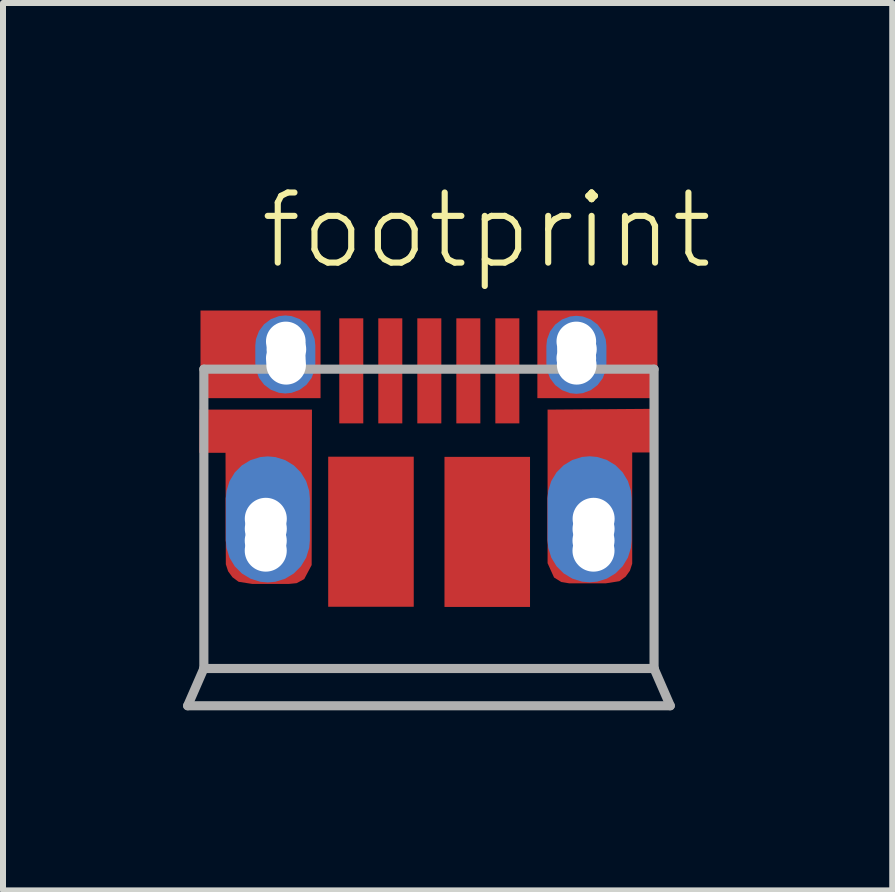
<source format=kicad_pcb>
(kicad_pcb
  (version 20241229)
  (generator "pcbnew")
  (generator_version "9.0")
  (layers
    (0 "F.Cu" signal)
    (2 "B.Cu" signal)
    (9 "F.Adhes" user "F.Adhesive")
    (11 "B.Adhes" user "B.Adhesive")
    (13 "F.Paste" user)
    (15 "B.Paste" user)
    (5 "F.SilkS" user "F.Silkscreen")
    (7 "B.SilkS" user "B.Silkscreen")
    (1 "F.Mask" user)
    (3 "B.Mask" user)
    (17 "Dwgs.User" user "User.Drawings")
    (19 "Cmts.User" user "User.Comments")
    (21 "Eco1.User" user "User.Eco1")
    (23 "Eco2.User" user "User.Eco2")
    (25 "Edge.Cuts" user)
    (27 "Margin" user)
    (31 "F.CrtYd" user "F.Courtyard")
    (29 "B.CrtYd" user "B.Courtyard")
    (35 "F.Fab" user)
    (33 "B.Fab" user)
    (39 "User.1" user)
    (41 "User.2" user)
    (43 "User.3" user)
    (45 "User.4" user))
  (footprint "footprint"
    (layer "F.Cu")
    (at 4.096 3.113)
    (property "Reference" "footprint" (at -2.864 -1.64 0) (layer "F.SilkS") (effects (font (size 1.168 1.168) (thickness 0.102)) (justify left bottom)))
    (fp_poly (pts (xy -1.954 3.25) (xy -2.078 3.484) (xy -2.204 3.552) (xy -2.337 3.565) (xy -2.942 3.565) (xy -3.171 3.529) (xy -3.273 3.454) (xy -3.346 3.354) (xy -3.384 3.237) (xy -3.389 1.38) (xy -3.826 1.38) (xy -3.821 0.66) (xy -1.949 0.66)) (stroke (width 0) (type solid)) (fill yes) (layer "F.Cu"))
    (fp_poly (pts (xy 3.815 1.375) (xy 3.386 1.375) (xy 3.386 3.227) (xy 3.348 3.344) (xy 3.276 3.444) (xy 3.173 3.519) (xy 2.944 3.555) (xy 2.338 3.555) (xy 2.205 3.533) (xy 2.084 3.458) (xy 1.976 3.219) (xy 1.976 0.661) (xy 3.815 0.647)) (stroke (width 0) (type solid)) (fill yes) (layer "F.Cu"))
    (fp_poly (pts (xy 3.868 1.492) (xy 3.487 1.492) (xy 3.487 3.209) (xy 3.471 3.342) (xy 3.411 3.468) (xy 3.313 3.573) (xy 3.065 3.663) (xy 2.291 3.663) (xy 2.165 3.647) (xy 2.046 3.592) (xy 1.947 3.499) (xy 1.862 3.265) (xy 1.862 0.589) (xy 3.868 0.589)) (stroke (width 0) (type solid)) (fill yes) (layer "F.Mask"))
    (fp_poly (pts (xy -1.859 3.132) (xy -1.872 3.237) (xy -1.887 3.36) (xy -1.943 3.479) (xy -2.036 3.578) (xy -2.269 3.663) (xy -3.018 3.663) (xy -3.152 3.646) (xy -3.278 3.587) (xy -3.382 3.489) (xy -3.472 3.24) (xy -3.467 1.515) (xy -3.912 1.515) (xy -3.904 0.589) (xy -1.859 0.589)) (stroke (width 0) (type solid)) (fill yes) (layer "F.Mask"))
    (fp_poly (pts (xy -1.149 0.857) (xy -1.449 0.857) (xy -1.449 -0.823) (xy -1.149 -0.823)) (stroke (width 0) (type solid)) (fill yes) (layer "F.Paste"))
    (fp_poly (pts (xy -0.509 0.857) (xy -0.809 0.857) (xy -0.809 -0.823) (xy -0.509 -0.823)) (stroke (width 0) (type solid)) (fill yes) (layer "F.Paste"))
    (fp_poly (pts (xy 0.141 0.847) (xy -0.159 0.847) (xy -0.159 -0.833) (xy 0.141 -0.833)) (stroke (width 0) (type solid)) (fill yes) (layer "F.Paste"))
    (fp_poly (pts (xy 0.801 0.847) (xy 0.501 0.847) (xy 0.501 -0.833) (xy 0.801 -0.833)) (stroke (width 0) (type solid)) (fill yes) (layer "F.Paste"))
    (fp_poly (pts (xy 1.451 0.857) (xy 1.151 0.857) (xy 1.151 -0.823) (xy 1.451 -0.823)) (stroke (width 0) (type solid)) (fill yes) (layer "F.Paste"))
    (fp_poly (pts (xy 3.83 1.414) (xy 3.398 1.414) (xy 3.385 3.236) (xy 3.291 3.463) (xy 3.182 3.536) (xy 3.058 3.561) (xy 2.315 3.561) (xy 2.111 3.495) (xy 2.031 3.414) (xy 1.981 3.315) (xy 1.964 3.207) (xy 1.964 0.64) (xy 3.83 0.64)) (stroke (width 0) (type solid)) (fill yes) (layer "F.Paste"))
    (fp_poly (pts (xy -1.949 3.233) (xy -1.966 3.341) (xy -2.016 3.44) (xy -2.096 3.52) (xy -2.3 3.586) (xy -3.068 3.586) (xy -3.192 3.561) (xy -3.302 3.488) (xy -3.396 3.261) (xy -3.396 1.433) (xy -3.411 1.402) (xy -3.84 1.402) (xy -3.84 0.64) (xy -1.949 0.64)) (stroke (width 0) (type solid)) (fill yes) (layer "F.Paste"))
    (fp_line (start -4.02 5.594) (end -3.75 4.974) (stroke (width 0.152) (type solid)) (layer "F.Fab"))
    (fp_line (start -3.75 -0.013) (end -3.75 4.974) (stroke (width 0.152) (type solid)) (layer "F.Fab"))
    (fp_line (start -3.75 4.974) (end 3.75 4.974) (stroke (width 0.152) (type solid)) (layer "F.Fab"))
    (fp_line (start 3.75 -0.013) (end -3.75 -0.013) (stroke (width 0.152) (type solid)) (layer "F.Fab"))
    (fp_line (start 3.75 4.974) (end 3.75 -0.013) (stroke (width 0.152) (type solid)) (layer "F.Fab"))
    (fp_line (start 4.02 5.594) (end -4.02 5.594) (stroke (width 0.152) (type solid)) (layer "F.Fab"))
    (fp_line (start 4.02 5.594) (end 3.75 4.974) (stroke (width 0.152) (type solid)) (layer "F.Fab"))
    (pad "" np_thru_hole circle (at -2.719 2.845) (size 0.7 0.7) (drill 0.7) (layers "*.Cu" "*.Mask"))
    (pad "" np_thru_hole circle (at -2.719 3.01) (size 0.7 0.7) (drill 0.7) (layers "*.Cu" "*.Mask"))
    (pad "" np_thru_hole circle (at -2.718 2.48) (size 0.7 0.7) (drill 0.7) (layers "*.Cu" "*.Mask"))
    (pad "" np_thru_hole circle (at -2.718 2.646) (size 0.7 0.7) (drill 0.7) (layers "*.Cu" "*.Mask"))
    (pad "" np_thru_hole circle (at -2.385 -0.475) (size 0.66 0.66) (drill 0.66) (layers "*.Cu" "*.Mask"))
    (pad "" np_thru_hole circle (at -2.385 -0.195) (size 0.66 0.66) (drill 0.66) (layers "*.Cu" "*.Mask"))
    (pad "" np_thru_hole circle (at -2.379 -0.086) (size 0.66 0.66) (drill 0.66) (layers "*.Cu" "*.Mask"))
    (pad "" np_thru_hole circle (at -2.375 -0.345) (size 0.66 0.66) (drill 0.66) (layers "*.Cu" "*.Mask"))
    (pad "" np_thru_hole circle (at 2.455 -0.475) (size 0.66 0.66) (drill 0.66) (layers "*.Cu" "*.Mask"))
    (pad "" np_thru_hole circle (at 2.455 -0.195) (size 0.66 0.66) (drill 0.66) (layers "*.Cu" "*.Mask"))
    (pad "" np_thru_hole circle (at 2.461 -0.086) (size 0.66 0.66) (drill 0.66) (layers "*.Cu" "*.Mask"))
    (pad "" np_thru_hole circle (at 2.465 -0.345) (size 0.66 0.66) (drill 0.66) (layers "*.Cu" "*.Mask"))
    (pad "" np_thru_hole circle (at 2.741 2.842) (size 0.7 0.7) (drill 0.7) (layers "*.Cu" "*.Mask"))
    (pad "" np_thru_hole circle (at 2.741 3.01) (size 0.7 0.7) (drill 0.7) (layers "*.Cu" "*.Mask"))
    (pad "" np_thru_hole circle (at 2.742 2.649) (size 0.7 0.7) (drill 0.7) (layers "*.Cu" "*.Mask"))
    (pad "" np_thru_hole circle (at 2.743 2.48) (size 0.7 0.7) (drill 0.7) (layers "*.Cu" "*.Mask"))
    (pad "7" smd roundrect (at 2.676 2.488 90) (size 2.1 1.4) (layers "*.Cu" "*.Mask") (roundrect_rratio 0.5))
    (pad "D+" smd rect (at 0.006 0.015 90) (size 1.75 0.4) (layers "F.Cu" "F.Mask"))
    (pad "D-" smd rect (at -0.644 0.015 90) (size 1.75 0.4) (layers "F.Cu" "F.Mask"))
    (pad "GND" smd rect (at 1.306 0.015 90) (size 1.75 0.4) (layers "F.Cu" "F.Mask"))
    (pad "ID" smd rect (at 0.656 0.015 90) (size 1.75 0.4) (layers "F.Cu" "F.Mask"))
    (pad "SHEILD2" smd rect (at 2.806 -0.26 90) (size 1.46 2) (layers "F.Cu" "F.Mask" "F.Paste"))
    (pad "SHIELD" smd rect (at -2.806 -0.26 90) (size 1.46 2) (layers "F.Cu" "F.Mask" "F.Paste"))
    (pad "SHIELD3" smd rect (at -0.966 2.695 90) (size 2.5 1.425) (layers "F.Cu" "F.Mask" "F.Paste"))
    (pad "SHIELD4" smd rect (at 0.971 2.698 90) (size 2.5 1.425) (layers "F.Cu" "F.Mask" "F.Paste"))
    (pad "SHIELD5" smd roundrect (at -2.684 2.49 90) (size 2.1 1.4) (layers "*.Cu" "*.Mask") (roundrect_rratio 0.5))
    (pad "SHIELD6" smd roundrect (at 2.676 2.488 90) (size 1.5 1.1) (layers "F.Cu" "F.Mask" "F.Paste") (roundrect_rratio 0.5))
    (pad "SHIELD8" smd roundrect (at -2.684 2.49 90) (size 1.5 1.1) (layers "F.Cu" "F.Mask" "F.Paste") (roundrect_rratio 0.5))
    (pad "SHIELD9" smd roundrect (at -2.393 -0.258 90) (size 1.3 1) (layers "*.Cu" "*.Mask") (roundrect_rratio 0.5))
    (pad "SHIELD10" smd roundrect (at -2.393 -0.258 90) (size 1.3 1) (layers "F.Cu" "F.Mask" "F.Paste") (roundrect_rratio 0.5))
    (pad "SHIELD11" smd roundrect (at 2.462 -0.248 90) (size 1.3 1) (layers "F.Cu" "F.Mask" "F.Paste") (roundrect_rratio 0.5))
    (pad "SHIELD12" smd roundrect (at 2.456 -0.252 90) (size 1.3 1) (layers "*.Cu" "*.Mask") (roundrect_rratio 0.5))
    (pad "VBUS" smd rect (at -1.294 0.015 90) (size 1.75 0.4) (layers "F.Cu" "F.Mask")))
  (gr_rect
    (start -3 -3)
    (end 11.814 11.783)
    (stroke (width 0.1) (type default))
    (fill no)
    (layer "Edge.Cuts")))
</source>
